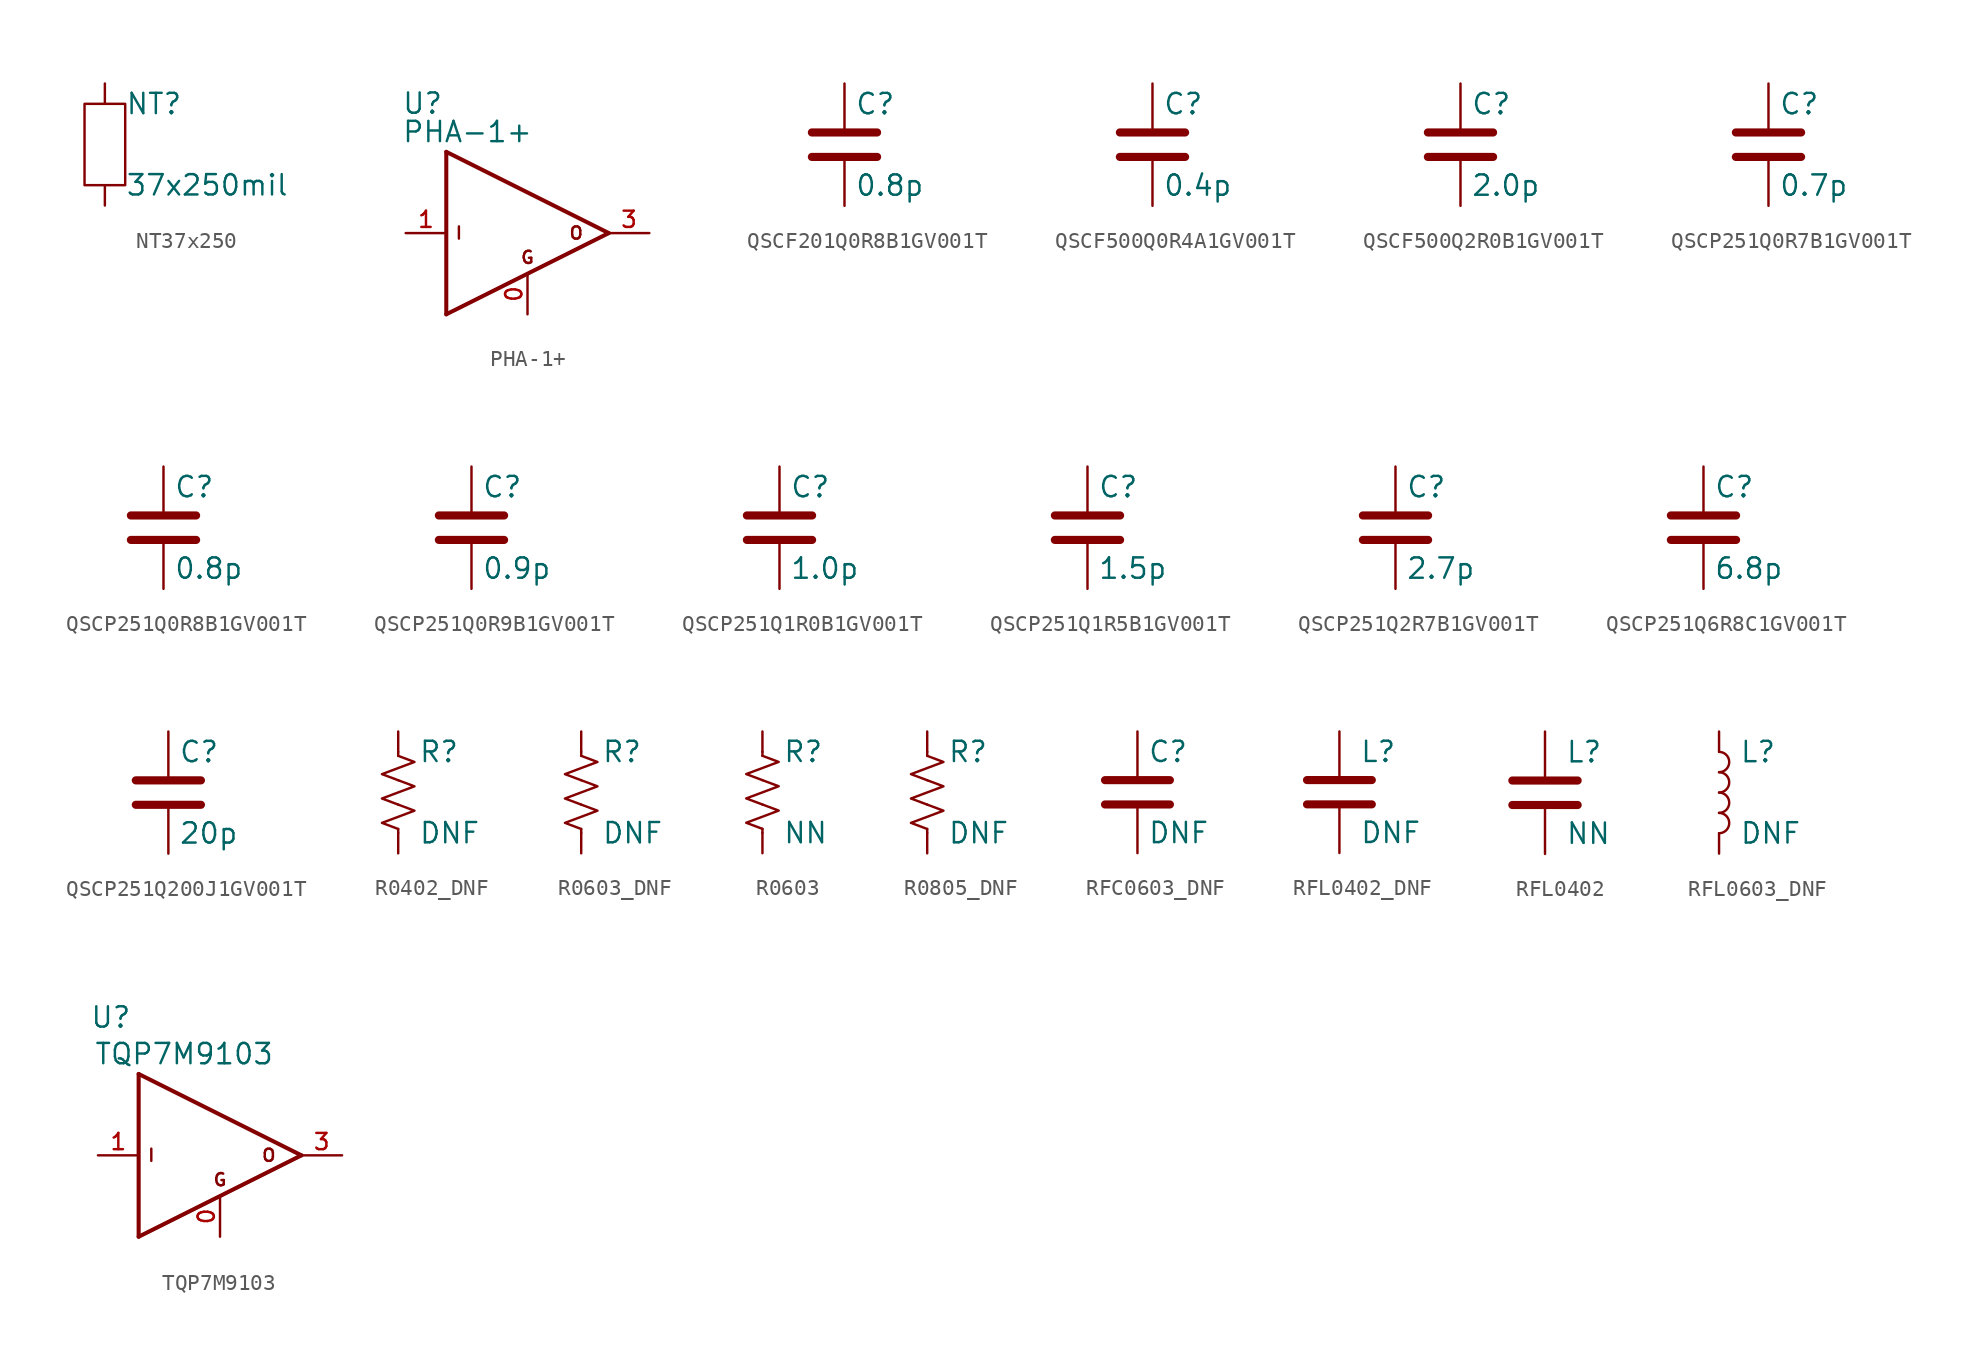
<source format=kicad_sym>
(kicad_symbol_lib
  (version 20231120)
  (generator "kicad_symbol_editor")
  (generator_version "8.0")
  (symbol "NT37x250"
    (pin_numbers hide)
    (pin_names
      (offset 0.254))
    (property "Reference" "NT"
      (at 1.27 2.54 0)
      (effects (font (size 1.27 1.27)) (justify left)))
    (property "Value" "37x250mil"
      (at 1.27 -2.54 0)
      (effects (font (size 1.27 1.27)) (justify left)))
    (symbol "NT37x250_0_1"
      (rectangle (start -1.27 2.54) (end 1.27 -2.54) (stroke (width 0) (type default)) (fill (type none))))
    (symbol "NT37x250_1_1"
      (pin passive line (at 0 3.81 270) (length 1.27) (name "" (effects (font (size 1.27 1.27)))) (number "1" (effects (font (size 1.27 1.27)))))
      (pin passive line (at 0 -3.81 90) (length 1.27) (name "" (effects (font (size 1.27 1.27)))) (number "2" (effects (font (size 1.27 1.27)))))))
  (symbol "PHA-1+"
    (pin_names
      (offset 1.016))
    (property "Reference" "U"
      (at -7.874 7.366 0)
      (effects (font (size 1.27 1.27)) (justify left bottom)))
    (property "Value" "PHA-1+"
      (at -7.874 5.588 0)
      (effects (font (size 1.27 1.27)) (justify left bottom)))
    (symbol "PHA-1+_0_0"
      (polyline (pts (xy -5.08 -5.08) (xy 5.08 0)) (stroke (width 0.254) (type default)) (fill (type none)))
      (polyline (pts (xy -5.08 5.08) (xy -5.08 -5.08)) (stroke (width 0.254) (type default)) (fill (type none)))
      (polyline (pts (xy 5.08 0) (xy -5.08 5.08)) (stroke (width 0.254) (type default)) (fill (type none))))
    (symbol "PHA-1+_1_0"
      (pin power_in line (at 0 -5.08 90) (length 2.54) (name "~" (effects (font (size 1.016 1.016)))) (number "0" (effects (font (size 1.016 1.016)))))
      (pin input line (at -7.62 0 0) (length 2.54) (name "~" (effects (font (size 1.016 1.016)))) (number "1" (effects (font (size 1.016 1.016)))))
      (pin output line (at 7.62 0 180) (length 2.54) (name "~" (effects (font (size 1.016 1.016)))) (number "3" (effects (font (size 1.016 1.016))))))
    (symbol "PHA-1+_1_1"
      (text "G" (at 0 -1.524 0) (effects (font (size 0.762 0.762))))
      (text "I" (at -4.572 0 0) (effects (font (size 0.762 0.762)) (justify left)))
      (text "O" (at 3.048 0 0) (effects (font (size 0.762 0.762))))))
  (symbol "QSCF201Q0R8B1GV001T"
    (pin_numbers hide)
    (pin_names
      (offset 0.254))
    (property "Reference" "C"
      (at 0.635 2.54 0)
      (effects (font (size 1.27 1.27)) (justify left)))
    (property "Value" "0.8p"
      (at 0.635 -2.54 0)
      (effects (font (size 1.27 1.27)) (justify left)))
    (symbol "QSCF201Q0R8B1GV001T_0_1"
      (polyline (pts (xy -2.032 -0.762) (xy 2.032 -0.762)) (stroke (width 0.508) (type default)) (fill (type none)))
      (polyline (pts (xy -2.032 0.762) (xy 2.032 0.762)) (stroke (width 0.508) (type default)) (fill (type none))))
    (symbol "QSCF201Q0R8B1GV001T_1_1"
      (pin passive line (at 0 3.81 270) (length 2.794) (name "~" (effects (font (size 1.27 1.27)))) (number "1" (effects (font (size 1.27 1.27)))))
      (pin passive line (at 0 -3.81 90) (length 2.794) (name "~" (effects (font (size 1.27 1.27)))) (number "2" (effects (font (size 1.27 1.27)))))))
  (symbol "QSCF500Q0R4A1GV001T"
    (pin_numbers hide)
    (pin_names
      (offset 0.254))
    (property "Reference" "C"
      (at 0.635 2.54 0)
      (effects (font (size 1.27 1.27)) (justify left)))
    (property "Value" "0.4p"
      (at 0.635 -2.54 0)
      (effects (font (size 1.27 1.27)) (justify left)))
    (symbol "QSCF500Q0R4A1GV001T_0_1"
      (polyline (pts (xy -2.032 -0.762) (xy 2.032 -0.762)) (stroke (width 0.508) (type default)) (fill (type none)))
      (polyline (pts (xy -2.032 0.762) (xy 2.032 0.762)) (stroke (width 0.508) (type default)) (fill (type none))))
    (symbol "QSCF500Q0R4A1GV001T_1_1"
      (pin passive line (at 0 3.81 270) (length 2.794) (name "~" (effects (font (size 1.27 1.27)))) (number "1" (effects (font (size 1.27 1.27)))))
      (pin passive line (at 0 -3.81 90) (length 2.794) (name "~" (effects (font (size 1.27 1.27)))) (number "2" (effects (font (size 1.27 1.27)))))))
  (symbol "QSCF500Q2R0B1GV001T"
    (pin_numbers hide)
    (pin_names
      (offset 0.254))
    (property "Reference" "C"
      (at 0.635 2.54 0)
      (effects (font (size 1.27 1.27)) (justify left)))
    (property "Value" "2.0p"
      (at 0.635 -2.54 0)
      (effects (font (size 1.27 1.27)) (justify left)))
    (symbol "QSCF500Q2R0B1GV001T_0_1"
      (polyline (pts (xy -2.032 -0.762) (xy 2.032 -0.762)) (stroke (width 0.508) (type default)) (fill (type none)))
      (polyline (pts (xy -2.032 0.762) (xy 2.032 0.762)) (stroke (width 0.508) (type default)) (fill (type none))))
    (symbol "QSCF500Q2R0B1GV001T_1_1"
      (pin passive line (at 0 3.81 270) (length 2.794) (name "~" (effects (font (size 1.27 1.27)))) (number "1" (effects (font (size 1.27 1.27)))))
      (pin passive line (at 0 -3.81 90) (length 2.794) (name "~" (effects (font (size 1.27 1.27)))) (number "2" (effects (font (size 1.27 1.27)))))))
  (symbol "QSCP251Q0R7B1GV001T"
    (pin_numbers hide)
    (pin_names
      (offset 0.254))
    (property "Reference" "C"
      (at 0.635 2.54 0)
      (effects (font (size 1.27 1.27)) (justify left)))
    (property "Value" "0.7p"
      (at 0.635 -2.54 0)
      (effects (font (size 1.27 1.27)) (justify left)))
    (symbol "QSCP251Q0R7B1GV001T_0_1"
      (polyline (pts (xy -2.032 -0.762) (xy 2.032 -0.762)) (stroke (width 0.508) (type default)) (fill (type none)))
      (polyline (pts (xy -2.032 0.762) (xy 2.032 0.762)) (stroke (width 0.508) (type default)) (fill (type none))))
    (symbol "QSCP251Q0R7B1GV001T_1_1"
      (pin passive line (at 0 3.81 270) (length 2.794) (name "~" (effects (font (size 1.27 1.27)))) (number "1" (effects (font (size 1.27 1.27)))))
      (pin passive line (at 0 -3.81 90) (length 2.794) (name "~" (effects (font (size 1.27 1.27)))) (number "2" (effects (font (size 1.27 1.27)))))))
  (symbol "QSCP251Q0R8B1GV001T"
    (pin_numbers hide)
    (pin_names
      (offset 0.254))
    (property "Reference" "C"
      (at 0.635 2.54 0)
      (effects (font (size 1.27 1.27)) (justify left)))
    (property "Value" "0.8p"
      (at 0.635 -2.54 0)
      (effects (font (size 1.27 1.27)) (justify left)))
    (symbol "QSCP251Q0R8B1GV001T_0_1"
      (polyline (pts (xy -2.032 -0.762) (xy 2.032 -0.762)) (stroke (width 0.508) (type default)) (fill (type none)))
      (polyline (pts (xy -2.032 0.762) (xy 2.032 0.762)) (stroke (width 0.508) (type default)) (fill (type none))))
    (symbol "QSCP251Q0R8B1GV001T_1_1"
      (pin passive line (at 0 3.81 270) (length 2.794) (name "~" (effects (font (size 1.27 1.27)))) (number "1" (effects (font (size 1.27 1.27)))))
      (pin passive line (at 0 -3.81 90) (length 2.794) (name "~" (effects (font (size 1.27 1.27)))) (number "2" (effects (font (size 1.27 1.27)))))))
  (symbol "QSCP251Q0R9B1GV001T"
    (pin_numbers hide)
    (pin_names
      (offset 0.254))
    (property "Reference" "C"
      (at 0.635 2.54 0)
      (effects (font (size 1.27 1.27)) (justify left)))
    (property "Value" "0.9p"
      (at 0.635 -2.54 0)
      (effects (font (size 1.27 1.27)) (justify left)))
    (symbol "QSCP251Q0R9B1GV001T_0_1"
      (polyline (pts (xy -2.032 -0.762) (xy 2.032 -0.762)) (stroke (width 0.508) (type default)) (fill (type none)))
      (polyline (pts (xy -2.032 0.762) (xy 2.032 0.762)) (stroke (width 0.508) (type default)) (fill (type none))))
    (symbol "QSCP251Q0R9B1GV001T_1_1"
      (pin passive line (at 0 3.81 270) (length 2.794) (name "~" (effects (font (size 1.27 1.27)))) (number "1" (effects (font (size 1.27 1.27)))))
      (pin passive line (at 0 -3.81 90) (length 2.794) (name "~" (effects (font (size 1.27 1.27)))) (number "2" (effects (font (size 1.27 1.27)))))))
  (symbol "QSCP251Q1R0B1GV001T"
    (pin_numbers hide)
    (pin_names
      (offset 0.254))
    (property "Reference" "C"
      (at 0.635 2.54 0)
      (effects (font (size 1.27 1.27)) (justify left)))
    (property "Value" "1.0p"
      (at 0.635 -2.54 0)
      (effects (font (size 1.27 1.27)) (justify left)))
    (symbol "QSCP251Q1R0B1GV001T_0_1"
      (polyline (pts (xy -2.032 -0.762) (xy 2.032 -0.762)) (stroke (width 0.508) (type default)) (fill (type none)))
      (polyline (pts (xy -2.032 0.762) (xy 2.032 0.762)) (stroke (width 0.508) (type default)) (fill (type none))))
    (symbol "QSCP251Q1R0B1GV001T_1_1"
      (pin passive line (at 0 3.81 270) (length 2.794) (name "~" (effects (font (size 1.27 1.27)))) (number "1" (effects (font (size 1.27 1.27)))))
      (pin passive line (at 0 -3.81 90) (length 2.794) (name "~" (effects (font (size 1.27 1.27)))) (number "2" (effects (font (size 1.27 1.27)))))))
  (symbol "QSCP251Q1R5B1GV001T"
    (pin_numbers hide)
    (pin_names
      (offset 0.254))
    (property "Reference" "C"
      (at 0.635 2.54 0)
      (effects (font (size 1.27 1.27)) (justify left)))
    (property "Value" "1.5p"
      (at 0.635 -2.54 0)
      (effects (font (size 1.27 1.27)) (justify left)))
    (symbol "QSCP251Q1R5B1GV001T_0_1"
      (polyline (pts (xy -2.032 -0.762) (xy 2.032 -0.762)) (stroke (width 0.508) (type default)) (fill (type none)))
      (polyline (pts (xy -2.032 0.762) (xy 2.032 0.762)) (stroke (width 0.508) (type default)) (fill (type none))))
    (symbol "QSCP251Q1R5B1GV001T_1_1"
      (pin passive line (at 0 3.81 270) (length 2.794) (name "~" (effects (font (size 1.27 1.27)))) (number "1" (effects (font (size 1.27 1.27)))))
      (pin passive line (at 0 -3.81 90) (length 2.794) (name "~" (effects (font (size 1.27 1.27)))) (number "2" (effects (font (size 1.27 1.27)))))))
  (symbol "QSCP251Q2R7B1GV001T"
    (pin_numbers hide)
    (pin_names
      (offset 0.254))
    (property "Reference" "C"
      (at 0.635 2.54 0)
      (effects (font (size 1.27 1.27)) (justify left)))
    (property "Value" "2.7p"
      (at 0.635 -2.54 0)
      (effects (font (size 1.27 1.27)) (justify left)))
    (symbol "QSCP251Q2R7B1GV001T_0_1"
      (polyline (pts (xy -2.032 -0.762) (xy 2.032 -0.762)) (stroke (width 0.508) (type default)) (fill (type none)))
      (polyline (pts (xy -2.032 0.762) (xy 2.032 0.762)) (stroke (width 0.508) (type default)) (fill (type none))))
    (symbol "QSCP251Q2R7B1GV001T_1_1"
      (pin passive line (at 0 3.81 270) (length 2.794) (name "~" (effects (font (size 1.27 1.27)))) (number "1" (effects (font (size 1.27 1.27)))))
      (pin passive line (at 0 -3.81 90) (length 2.794) (name "~" (effects (font (size 1.27 1.27)))) (number "2" (effects (font (size 1.27 1.27)))))))
  (symbol "QSCP251Q6R8C1GV001T"
    (pin_numbers hide)
    (pin_names
      (offset 0.254))
    (property "Reference" "C"
      (at 0.635 2.54 0)
      (effects (font (size 1.27 1.27)) (justify left)))
    (property "Value" "6.8p"
      (at 0.635 -2.54 0)
      (effects (font (size 1.27 1.27)) (justify left)))
    (symbol "QSCP251Q6R8C1GV001T_0_1"
      (polyline (pts (xy -2.032 -0.762) (xy 2.032 -0.762)) (stroke (width 0.508) (type default)) (fill (type none)))
      (polyline (pts (xy -2.032 0.762) (xy 2.032 0.762)) (stroke (width 0.508) (type default)) (fill (type none))))
    (symbol "QSCP251Q6R8C1GV001T_1_1"
      (pin passive line (at 0 3.81 270) (length 2.794) (name "~" (effects (font (size 1.27 1.27)))) (number "1" (effects (font (size 1.27 1.27)))))
      (pin passive line (at 0 -3.81 90) (length 2.794) (name "~" (effects (font (size 1.27 1.27)))) (number "2" (effects (font (size 1.27 1.27)))))))
  (symbol "QSCP251Q200J1GV001T"
    (pin_numbers hide)
    (pin_names
      (offset 0.254))
    (property "Reference" "C"
      (at 0.635 2.54 0)
      (effects (font (size 1.27 1.27)) (justify left)))
    (property "Value" "20p"
      (at 0.635 -2.54 0)
      (effects (font (size 1.27 1.27)) (justify left)))
    (symbol "QSCP251Q200J1GV001T_0_1"
      (polyline (pts (xy -2.032 -0.762) (xy 2.032 -0.762)) (stroke (width 0.508) (type default)) (fill (type none)))
      (polyline (pts (xy -2.032 0.762) (xy 2.032 0.762)) (stroke (width 0.508) (type default)) (fill (type none))))
    (symbol "QSCP251Q200J1GV001T_1_1"
      (pin passive line (at 0 3.81 270) (length 2.794) (name "~" (effects (font (size 1.27 1.27)))) (number "1" (effects (font (size 1.27 1.27)))))
      (pin passive line (at 0 -3.81 90) (length 2.794) (name "~" (effects (font (size 1.27 1.27)))) (number "2" (effects (font (size 1.27 1.27)))))))
  (symbol "R0402_DNF"
    (pin_numbers hide)
    (pin_names
      (offset 0))
    (property "Reference" "R"
      (at 1.27 2.54 0)
      (effects (font (size 1.27 1.27)) (justify left)))
    (property "Value" "DNF"
      (at 1.27 -2.54 0)
      (effects (font (size 1.27 1.27)) (justify left)))
    (symbol "R0402_DNF_0_1"
      (polyline (pts (xy 0 -2.286) (xy 0 -2.54)) (stroke (width 0) (type default)) (fill (type none)))
      (polyline (pts (xy 0 2.286) (xy 0 2.54)) (stroke (width 0) (type default)) (fill (type none)))
      (polyline (pts (xy 0 -0.762) (xy 1.016 -1.143) (xy 0 -1.524) (xy -1.016 -1.905) (xy 0 -2.286)) (stroke (width 0) (type default)) (fill (type none)))
      (polyline (pts (xy 0 0.762) (xy 1.016 0.381) (xy 0 0) (xy -1.016 -0.381) (xy 0 -0.762)) (stroke (width 0) (type default)) (fill (type none)))
      (polyline (pts (xy 0 2.286) (xy 1.016 1.905) (xy 0 1.524) (xy -1.016 1.143) (xy 0 0.762)) (stroke (width 0) (type default)) (fill (type none))))
    (symbol "R0402_DNF_1_1"
      (pin passive line (at 0 3.81 270) (length 1.27) (name "~" (effects (font (size 1.27 1.27)))) (number "1" (effects (font (size 1.27 1.27)))))
      (pin passive line (at 0 -3.81 90) (length 1.27) (name "~" (effects (font (size 1.27 1.27)))) (number "2" (effects (font (size 1.27 1.27)))))))
  (symbol "R0603_DNF"
    (pin_numbers hide)
    (pin_names
      (offset 0))
    (property "Reference" "R"
      (at 1.27 2.54 0)
      (effects (font (size 1.27 1.27)) (justify left)))
    (property "Value" "DNF"
      (at 1.27 -2.54 0)
      (effects (font (size 1.27 1.27)) (justify left)))
    (symbol "R0603_DNF_0_1"
      (polyline (pts (xy 0 -2.286) (xy 0 -2.54)) (stroke (width 0) (type default)) (fill (type none)))
      (polyline (pts (xy 0 2.286) (xy 0 2.54)) (stroke (width 0) (type default)) (fill (type none)))
      (polyline (pts (xy 0 -0.762) (xy 1.016 -1.143) (xy 0 -1.524) (xy -1.016 -1.905) (xy 0 -2.286)) (stroke (width 0) (type default)) (fill (type none)))
      (polyline (pts (xy 0 0.762) (xy 1.016 0.381) (xy 0 0) (xy -1.016 -0.381) (xy 0 -0.762)) (stroke (width 0) (type default)) (fill (type none)))
      (polyline (pts (xy 0 2.286) (xy 1.016 1.905) (xy 0 1.524) (xy -1.016 1.143) (xy 0 0.762)) (stroke (width 0) (type default)) (fill (type none))))
    (symbol "R0603_DNF_1_1"
      (pin passive line (at 0 3.81 270) (length 1.27) (name "~" (effects (font (size 1.27 1.27)))) (number "1" (effects (font (size 1.27 1.27)))))
      (pin passive line (at 0 -3.81 90) (length 1.27) (name "~" (effects (font (size 1.27 1.27)))) (number "2" (effects (font (size 1.27 1.27)))))))
  (symbol "R0603"
    (pin_numbers hide)
    (pin_names
      (offset 0))
    (property "Reference" "R"
      (at 1.27 2.54 0)
      (effects (font (size 1.27 1.27)) (justify left)))
    (property "Value" "NN"
      (at 1.27 -2.54 0)
      (effects (font (size 1.27 1.27)) (justify left)))
    (symbol "R0603_0_1"
      (polyline (pts (xy 0 -2.286) (xy 0 -2.54)) (stroke (width 0) (type default)) (fill (type none)))
      (polyline (pts (xy 0 2.286) (xy 0 2.54)) (stroke (width 0) (type default)) (fill (type none)))
      (polyline (pts (xy 0 -0.762) (xy 1.016 -1.143) (xy 0 -1.524) (xy -1.016 -1.905) (xy 0 -2.286)) (stroke (width 0) (type default)) (fill (type none)))
      (polyline (pts (xy 0 0.762) (xy 1.016 0.381) (xy 0 0) (xy -1.016 -0.381) (xy 0 -0.762)) (stroke (width 0) (type default)) (fill (type none)))
      (polyline (pts (xy 0 2.286) (xy 1.016 1.905) (xy 0 1.524) (xy -1.016 1.143) (xy 0 0.762)) (stroke (width 0) (type default)) (fill (type none))))
    (symbol "R0603_1_1"
      (pin passive line (at 0 3.81 270) (length 1.27) (name "~" (effects (font (size 1.27 1.27)))) (number "1" (effects (font (size 1.27 1.27)))))
      (pin passive line (at 0 -3.81 90) (length 1.27) (name "~" (effects (font (size 1.27 1.27)))) (number "2" (effects (font (size 1.27 1.27)))))))
  (symbol "R0805_DNF"
    (pin_numbers hide)
    (pin_names
      (offset 0))
    (property "Reference" "R"
      (at 1.27 2.54 0)
      (effects (font (size 1.27 1.27)) (justify left)))
    (property "Value" "DNF"
      (at 1.27 -2.54 0)
      (effects (font (size 1.27 1.27)) (justify left)))
    (symbol "R0805_DNF_0_1"
      (polyline (pts (xy 0 -2.286) (xy 0 -2.54)) (stroke (width 0) (type default)) (fill (type none)))
      (polyline (pts (xy 0 2.286) (xy 0 2.54)) (stroke (width 0) (type default)) (fill (type none)))
      (polyline (pts (xy 0 -0.762) (xy 1.016 -1.143) (xy 0 -1.524) (xy -1.016 -1.905) (xy 0 -2.286)) (stroke (width 0) (type default)) (fill (type none)))
      (polyline (pts (xy 0 0.762) (xy 1.016 0.381) (xy 0 0) (xy -1.016 -0.381) (xy 0 -0.762)) (stroke (width 0) (type default)) (fill (type none)))
      (polyline (pts (xy 0 2.286) (xy 1.016 1.905) (xy 0 1.524) (xy -1.016 1.143) (xy 0 0.762)) (stroke (width 0) (type default)) (fill (type none))))
    (symbol "R0805_DNF_1_1"
      (pin passive line (at 0 3.81 270) (length 1.27) (name "~" (effects (font (size 1.27 1.27)))) (number "1" (effects (font (size 1.27 1.27)))))
      (pin passive line (at 0 -3.81 90) (length 1.27) (name "~" (effects (font (size 1.27 1.27)))) (number "2" (effects (font (size 1.27 1.27)))))))
  (symbol "RFC0603_DNF"
    (pin_numbers hide)
    (pin_names
      (offset 0.254))
    (property "Reference" "C"
      (at 0.635 2.54 0)
      (effects (font (size 1.27 1.27)) (justify left)))
    (property "Value" "DNF"
      (at 0.635 -2.54 0)
      (effects (font (size 1.27 1.27)) (justify left)))
    (symbol "RFC0603_DNF_0_1"
      (polyline (pts (xy -2.032 -0.762) (xy 2.032 -0.762)) (stroke (width 0.508) (type default)) (fill (type none)))
      (polyline (pts (xy -2.032 0.762) (xy 2.032 0.762)) (stroke (width 0.508) (type default)) (fill (type none))))
    (symbol "RFC0603_DNF_1_1"
      (pin passive line (at 0 3.81 270) (length 2.794) (name "~" (effects (font (size 1.27 1.27)))) (number "1" (effects (font (size 1.27 1.27)))))
      (pin passive line (at 0 -3.81 90) (length 2.794) (name "~" (effects (font (size 1.27 1.27)))) (number "2" (effects (font (size 1.27 1.27)))))))
  (symbol "RFL0402_DNF"
    (pin_numbers hide)
    (pin_names
      (offset 0.254))
    (property "Reference" "L"
      (at 1.27 2.54 0)
      (effects (font (size 1.27 1.27)) (justify left)))
    (property "Value" "DNF"
      (at 1.27 -2.54 0)
      (effects (font (size 1.27 1.27)) (justify left)))
    (symbol "RFL0402_DNF_0_1"
      (polyline (pts (xy -2.032 -0.762) (xy 2.032 -0.762)) (stroke (width 0.508) (type default)) (fill (type none)))
      (polyline (pts (xy -2.032 0.762) (xy 2.032 0.762)) (stroke (width 0.508) (type default)) (fill (type none))))
    (symbol "RFL0402_DNF_1_1"
      (pin passive line (at 0 3.81 270) (length 2.794) (name "~" (effects (font (size 1.27 1.27)))) (number "1" (effects (font (size 1.27 1.27)))))
      (pin passive line (at 0 -3.81 90) (length 2.794) (name "~" (effects (font (size 1.27 1.27)))) (number "2" (effects (font (size 1.27 1.27)))))))
  (symbol "RFL0402"
    (pin_numbers hide)
    (pin_names
      (offset 0.254))
    (property "Reference" "L"
      (at 1.27 2.54 0)
      (effects (font (size 1.27 1.27)) (justify left)))
    (property "Value" "NN"
      (at 1.27 -2.54 0)
      (effects (font (size 1.27 1.27)) (justify left)))
    (symbol "RFL0402_0_1"
      (polyline (pts (xy -2.032 -0.762) (xy 2.032 -0.762)) (stroke (width 0.508) (type default)) (fill (type none)))
      (polyline (pts (xy -2.032 0.762) (xy 2.032 0.762)) (stroke (width 0.508) (type default)) (fill (type none))))
    (symbol "RFL0402_1_1"
      (pin passive line (at 0 3.81 270) (length 2.794) (name "~" (effects (font (size 1.27 1.27)))) (number "1" (effects (font (size 1.27 1.27)))))
      (pin passive line (at 0 -3.81 90) (length 2.794) (name "~" (effects (font (size 1.27 1.27)))) (number "2" (effects (font (size 1.27 1.27)))))))
  (symbol "RFL0603_DNF"
    (pin_numbers hide)
    (pin_names
      (offset 1.016) hide)
    (property "Reference" "L"
      (at 1.27 2.54 0)
      (effects (font (size 1.27 1.27)) (justify left)))
    (property "Value" "DNF"
      (at 1.27 -2.54 0)
      (effects (font (size 1.27 1.27)) (justify left)))
    (symbol "RFL0603_DNF_0_1"
      (arc (start 0 -2.54) (mid 0.6323 -1.905) (end 0 -1.27) (stroke (width 0) (type default)) (fill (type none)))
      (arc (start 0 -1.27) (mid 0.6323 -0.635) (end 0 0) (stroke (width 0) (type default)) (fill (type none)))
      (arc (start 0 0) (mid 0.6323 0.635) (end 0 1.27) (stroke (width 0) (type default)) (fill (type none)))
      (arc (start 0 1.27) (mid 0.6323 1.905) (end 0 2.54) (stroke (width 0) (type default)) (fill (type none))))
    (symbol "RFL0603_DNF_1_1"
      (pin passive line (at 0 3.81 270) (length 1.27) (name "1" (effects (font (size 1.27 1.27)))) (number "1" (effects (font (size 1.27 1.27)))))
      (pin passive line (at 0 -3.81 90) (length 1.27) (name "2" (effects (font (size 1.27 1.27)))) (number "2" (effects (font (size 1.27 1.27)))))))
  (symbol "TQP7M9103"
    (pin_names
      (offset 1.016))
    (property "Reference" "U"
      (at -8.128 7.874 0)
      (effects (font (size 1.27 1.27)) (justify left bottom)))
    (property "Value" "TQP7M9103"
      (at -7.874 5.588 0)
      (effects (font (size 1.27 1.27)) (justify left bottom)))
    (symbol "TQP7M9103_0_0"
      (polyline (pts (xy -5.08 -5.08) (xy 5.08 0)) (stroke (width 0.254) (type default)) (fill (type none)))
      (polyline (pts (xy -5.08 5.08) (xy -5.08 -5.08)) (stroke (width 0.254) (type default)) (fill (type none)))
      (polyline (pts (xy 5.08 0) (xy -5.08 5.08)) (stroke (width 0.254) (type default)) (fill (type none))))
    (symbol "TQP7M9103_1_0"
      (pin power_in line (at 0 -5.08 90) (length 2.54) (name "~" (effects (font (size 1.016 1.016)))) (number "0" (effects (font (size 1.016 1.016)))))
      (pin input line (at -7.62 0 0) (length 2.54) (name "~" (effects (font (size 1.016 1.016)))) (number "1" (effects (font (size 1.016 1.016)))))
      (pin output line (at 7.62 0 180) (length 2.54) (name "~" (effects (font (size 1.016 1.016)))) (number "3" (effects (font (size 1.016 1.016))))))
    (symbol "TQP7M9103_1_1"
      (text "G" (at 0 -1.524 0) (effects (font (size 0.762 0.762))))
      (text "I" (at -4.572 0 0) (effects (font (size 0.762 0.762)) (justify left)))
      (text "O" (at 3.048 0 0) (effects (font (size 0.762 0.762)))))))
</source>
